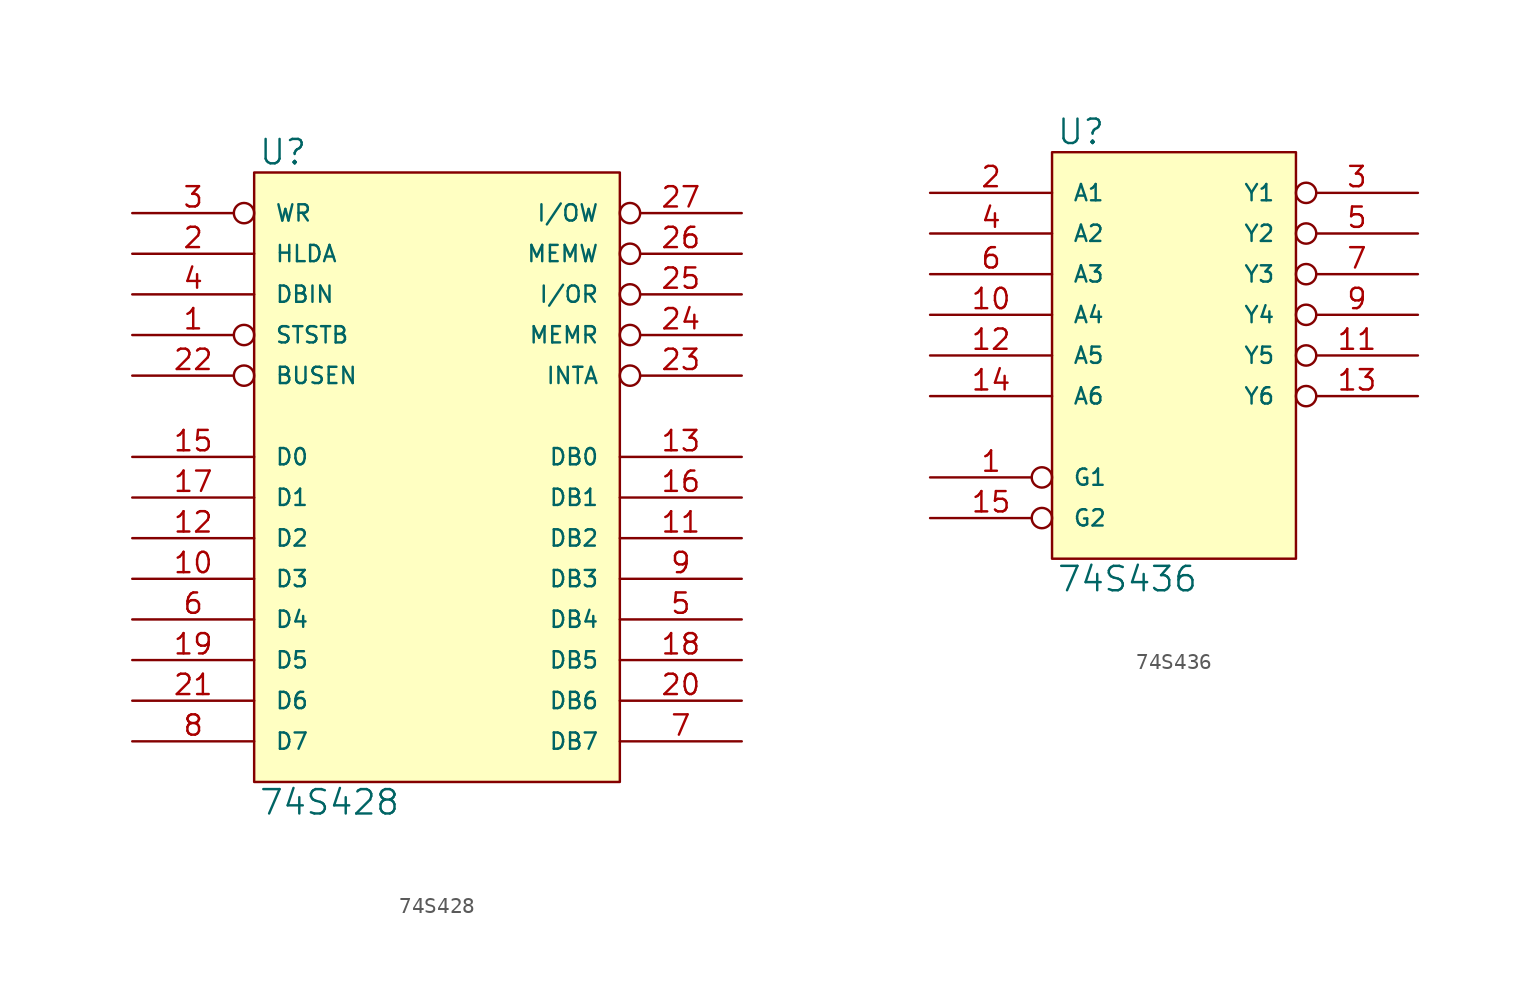
<source format=kicad_sym>
(kicad_symbol_lib
  (version 20231120)
  (generator "kicad_symbol_editor")
  (generator_version "8.0")
  (symbol "74S428"
    (pin_names
      (offset 1.27))
    (property "Reference" "U"
      (at 0.254 0.381 0)
      (effects (font (size 1.524 1.524)) (justify left bottom)))
    (property "Value" "74S428"
      (at 0.254 -38.481 0)
      (effects (font (size 1.524 1.524)) (justify left top)))
    (symbol "74S428_0_1"
      (rectangle (start 0 0) (end 22.86 -38.1) (stroke (width 0) (type solid)) (fill (type background))))
    (symbol "74S428_1_1"
      (pin input inverted (at -7.62 -10.16 0) (length 7.62) (name "STSTB" (effects (font (size 1.016 1.016)))) (number "1" (effects (font (size 1.27 1.27)))))
      (pin bidirectional line (at -7.62 -25.4 0) (length 7.62) (name "D3" (effects (font (size 1.016 1.016)))) (number "10" (effects (font (size 1.27 1.27)))))
      (pin bidirectional line (at 30.48 -22.86 180) (length 7.62) (name "DB2" (effects (font (size 1.016 1.016)))) (number "11" (effects (font (size 1.27 1.27)))))
      (pin bidirectional line (at -7.62 -22.86 0) (length 7.62) (name "D2" (effects (font (size 1.016 1.016)))) (number "12" (effects (font (size 1.27 1.27)))))
      (pin bidirectional line (at 30.48 -17.78 180) (length 7.62) (name "DB0" (effects (font (size 1.016 1.016)))) (number "13" (effects (font (size 1.27 1.27)))))
      (pin power_in line (at 0 -38.1 90) (length 0) hide (name "GND" (effects (font (size 1.016 1.016)))) (number "14" (effects (font (size 1.27 1.27)))))
      (pin bidirectional line (at -7.62 -17.78 0) (length 7.62) (name "D0" (effects (font (size 1.016 1.016)))) (number "15" (effects (font (size 1.27 1.27)))))
      (pin bidirectional line (at 30.48 -20.32 180) (length 7.62) (name "DB1" (effects (font (size 1.016 1.016)))) (number "16" (effects (font (size 1.27 1.27)))))
      (pin bidirectional line (at -7.62 -20.32 0) (length 7.62) (name "D1" (effects (font (size 1.016 1.016)))) (number "17" (effects (font (size 1.27 1.27)))))
      (pin bidirectional line (at 30.48 -30.48 180) (length 7.62) (name "DB5" (effects (font (size 1.016 1.016)))) (number "18" (effects (font (size 1.27 1.27)))))
      (pin bidirectional line (at -7.62 -30.48 0) (length 7.62) (name "D5" (effects (font (size 1.016 1.016)))) (number "19" (effects (font (size 1.27 1.27)))))
      (pin input line (at -7.62 -5.08 0) (length 7.62) (name "HLDA" (effects (font (size 1.016 1.016)))) (number "2" (effects (font (size 1.27 1.27)))))
      (pin bidirectional line (at 30.48 -33.02 180) (length 7.62) (name "DB6" (effects (font (size 1.016 1.016)))) (number "20" (effects (font (size 1.27 1.27)))))
      (pin bidirectional line (at -7.62 -33.02 0) (length 7.62) (name "D6" (effects (font (size 1.016 1.016)))) (number "21" (effects (font (size 1.27 1.27)))))
      (pin input inverted (at -7.62 -12.7 0) (length 7.62) (name "BUSEN" (effects (font (size 1.016 1.016)))) (number "22" (effects (font (size 1.27 1.27)))))
      (pin output inverted (at 30.48 -12.7 180) (length 7.62) (name "INTA" (effects (font (size 1.016 1.016)))) (number "23" (effects (font (size 1.27 1.27)))))
      (pin output inverted (at 30.48 -10.16 180) (length 7.62) (name "MEMR" (effects (font (size 1.016 1.016)))) (number "24" (effects (font (size 1.27 1.27)))))
      (pin output inverted (at 30.48 -7.62 180) (length 7.62) (name "I/OR" (effects (font (size 1.016 1.016)))) (number "25" (effects (font (size 1.27 1.27)))))
      (pin output inverted (at 30.48 -5.08 180) (length 7.62) (name "MEMW" (effects (font (size 1.016 1.016)))) (number "26" (effects (font (size 1.27 1.27)))))
      (pin output inverted (at 30.48 -2.54 180) (length 7.62) (name "I/OW" (effects (font (size 1.016 1.016)))) (number "27" (effects (font (size 1.27 1.27)))))
      (pin power_in line (at 0 0 270) (length 0) hide (name "VCC" (effects (font (size 1.016 1.016)))) (number "28" (effects (font (size 1.27 1.27)))))
      (pin input inverted (at -7.62 -2.54 0) (length 7.62) (name "WR" (effects (font (size 1.016 1.016)))) (number "3" (effects (font (size 1.27 1.27)))))
      (pin input line (at -7.62 -7.62 0) (length 7.62) (name "DBIN" (effects (font (size 1.016 1.016)))) (number "4" (effects (font (size 1.27 1.27)))))
      (pin bidirectional line (at 30.48 -27.94 180) (length 7.62) (name "DB4" (effects (font (size 1.016 1.016)))) (number "5" (effects (font (size 1.27 1.27)))))
      (pin bidirectional line (at -7.62 -27.94 0) (length 7.62) (name "D4" (effects (font (size 1.016 1.016)))) (number "6" (effects (font (size 1.27 1.27)))))
      (pin bidirectional line (at 30.48 -35.56 180) (length 7.62) (name "DB7" (effects (font (size 1.016 1.016)))) (number "7" (effects (font (size 1.27 1.27)))))
      (pin bidirectional line (at -7.62 -35.56 0) (length 7.62) (name "D7" (effects (font (size 1.016 1.016)))) (number "8" (effects (font (size 1.27 1.27)))))
      (pin bidirectional line (at 30.48 -25.4 180) (length 7.62) (name "DB3" (effects (font (size 1.016 1.016)))) (number "9" (effects (font (size 1.27 1.27)))))))
  (symbol "74S436"
    (pin_names
      (offset 1.27))
    (property "Reference" "U"
      (at 0.254 0.381 0)
      (effects (font (size 1.524 1.524)) (justify left bottom)))
    (property "Value" "74S436"
      (at 0.254 -25.781 0)
      (effects (font (size 1.524 1.524)) (justify left top)))
    (symbol "74S436_0_1"
      (rectangle (start 0 0) (end 15.24 -25.4) (stroke (width 0) (type solid)) (fill (type background))))
    (symbol "74S436_1_1"
      (pin input inverted (at -7.62 -20.32 0) (length 7.62) (name "G1" (effects (font (size 1.016 1.016)))) (number "1" (effects (font (size 1.27 1.27)))))
      (pin input line (at -7.62 -10.16 0) (length 7.62) (name "A4" (effects (font (size 1.016 1.016)))) (number "10" (effects (font (size 1.27 1.27)))))
      (pin output inverted (at 22.86 -12.7 180) (length 7.62) (name "Y5" (effects (font (size 1.016 1.016)))) (number "11" (effects (font (size 1.27 1.27)))))
      (pin input line (at -7.62 -12.7 0) (length 7.62) (name "A5" (effects (font (size 1.016 1.016)))) (number "12" (effects (font (size 1.27 1.27)))))
      (pin output inverted (at 22.86 -15.24 180) (length 7.62) (name "Y6" (effects (font (size 1.016 1.016)))) (number "13" (effects (font (size 1.27 1.27)))))
      (pin input line (at -7.62 -15.24 0) (length 7.62) (name "A6" (effects (font (size 1.016 1.016)))) (number "14" (effects (font (size 1.27 1.27)))))
      (pin input inverted (at -7.62 -22.86 0) (length 7.62) (name "G2" (effects (font (size 1.016 1.016)))) (number "15" (effects (font (size 1.27 1.27)))))
      (pin power_in line (at 0 0 270) (length 0) hide (name "VCC" (effects (font (size 1.016 1.016)))) (number "16" (effects (font (size 1.27 1.27)))))
      (pin input line (at -7.62 -2.54 0) (length 7.62) (name "A1" (effects (font (size 1.016 1.016)))) (number "2" (effects (font (size 1.27 1.27)))))
      (pin output inverted (at 22.86 -2.54 180) (length 7.62) (name "Y1" (effects (font (size 1.016 1.016)))) (number "3" (effects (font (size 1.27 1.27)))))
      (pin input line (at -7.62 -5.08 0) (length 7.62) (name "A2" (effects (font (size 1.016 1.016)))) (number "4" (effects (font (size 1.27 1.27)))))
      (pin output inverted (at 22.86 -5.08 180) (length 7.62) (name "Y2" (effects (font (size 1.016 1.016)))) (number "5" (effects (font (size 1.27 1.27)))))
      (pin input line (at -7.62 -7.62 0) (length 7.62) (name "A3" (effects (font (size 1.016 1.016)))) (number "6" (effects (font (size 1.27 1.27)))))
      (pin output inverted (at 22.86 -7.62 180) (length 7.62) (name "Y3" (effects (font (size 1.016 1.016)))) (number "7" (effects (font (size 1.27 1.27)))))
      (pin power_in line (at 0 -25.4 90) (length 0) hide (name "GND" (effects (font (size 1.016 1.016)))) (number "8" (effects (font (size 1.27 1.27)))))
      (pin output inverted (at 22.86 -10.16 180) (length 7.62) (name "Y4" (effects (font (size 1.016 1.016)))) (number "9" (effects (font (size 1.27 1.27))))))))
</source>
